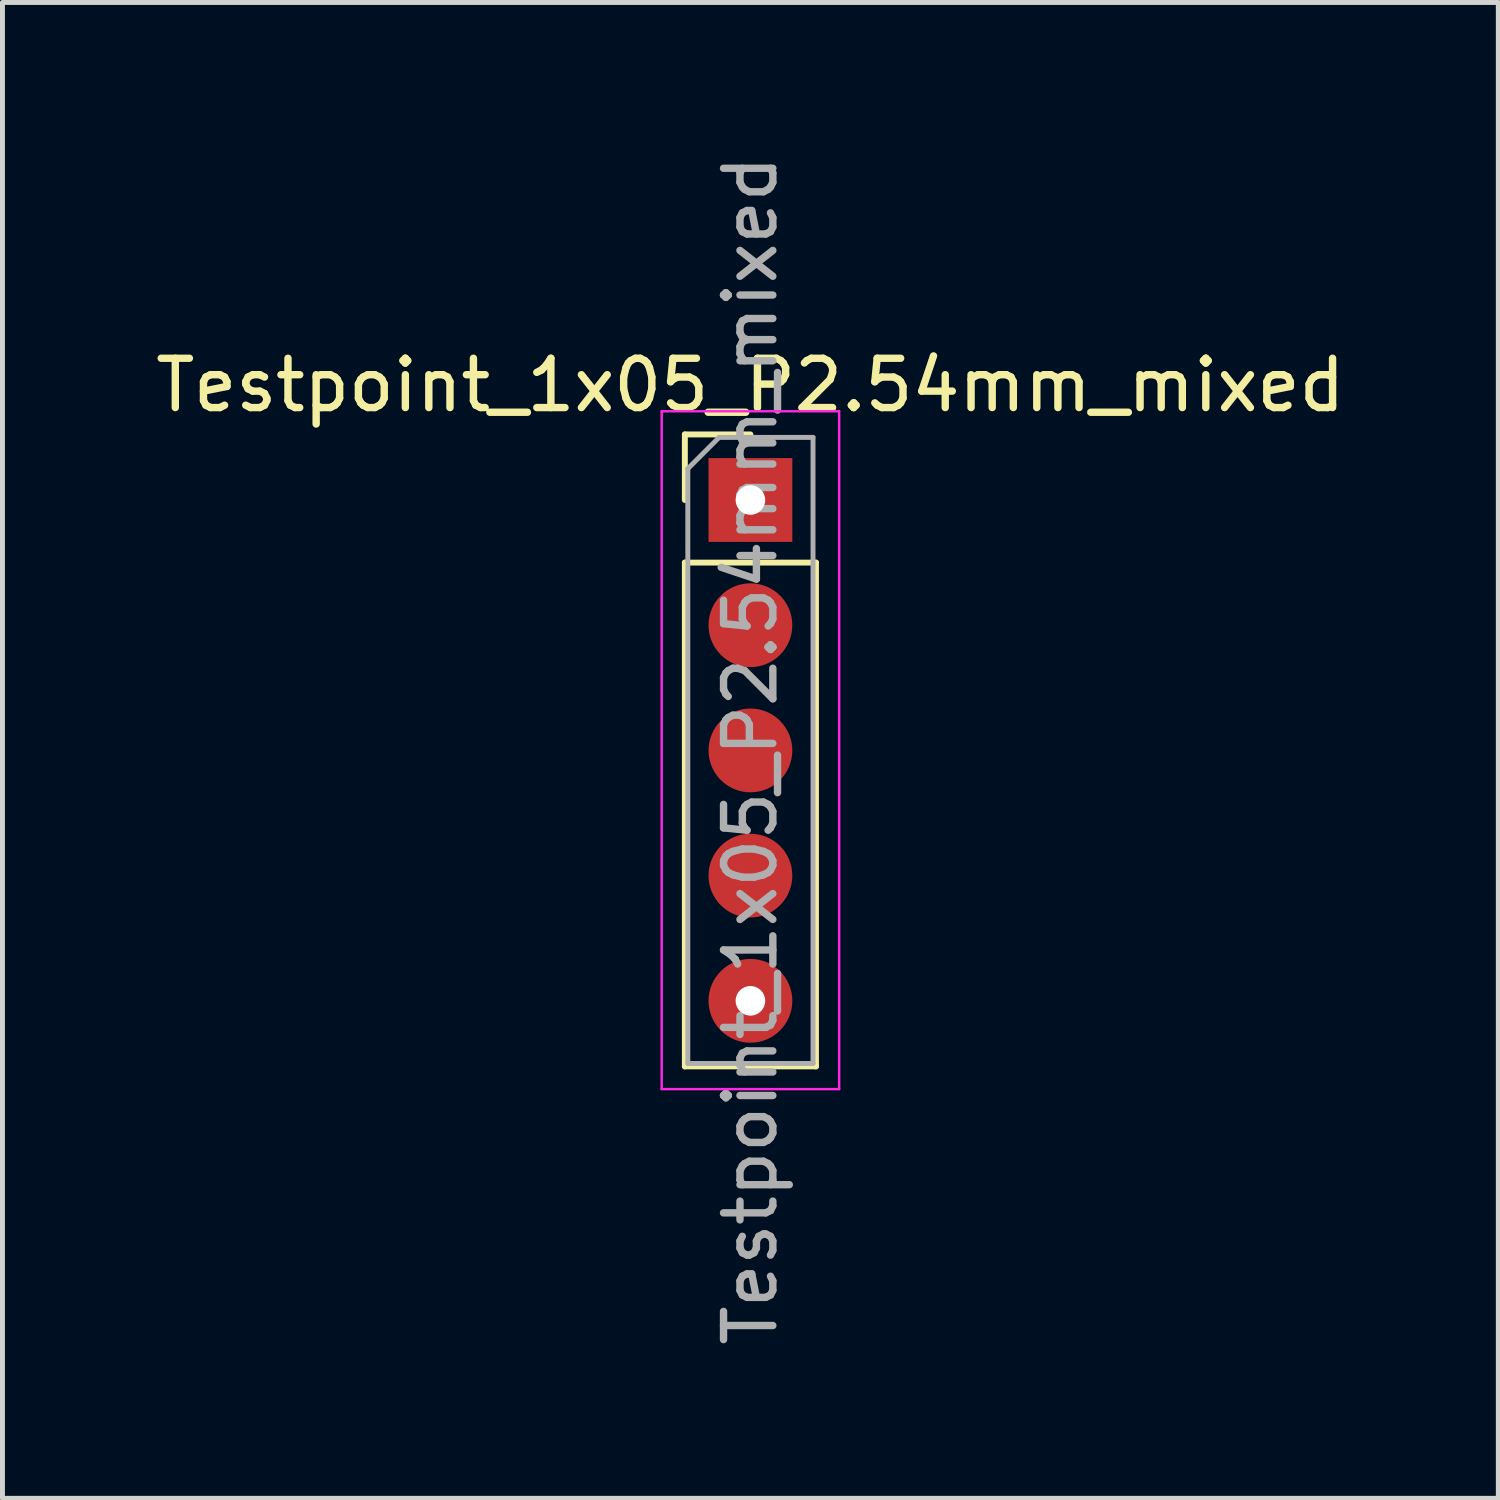
<source format=kicad_pcb>
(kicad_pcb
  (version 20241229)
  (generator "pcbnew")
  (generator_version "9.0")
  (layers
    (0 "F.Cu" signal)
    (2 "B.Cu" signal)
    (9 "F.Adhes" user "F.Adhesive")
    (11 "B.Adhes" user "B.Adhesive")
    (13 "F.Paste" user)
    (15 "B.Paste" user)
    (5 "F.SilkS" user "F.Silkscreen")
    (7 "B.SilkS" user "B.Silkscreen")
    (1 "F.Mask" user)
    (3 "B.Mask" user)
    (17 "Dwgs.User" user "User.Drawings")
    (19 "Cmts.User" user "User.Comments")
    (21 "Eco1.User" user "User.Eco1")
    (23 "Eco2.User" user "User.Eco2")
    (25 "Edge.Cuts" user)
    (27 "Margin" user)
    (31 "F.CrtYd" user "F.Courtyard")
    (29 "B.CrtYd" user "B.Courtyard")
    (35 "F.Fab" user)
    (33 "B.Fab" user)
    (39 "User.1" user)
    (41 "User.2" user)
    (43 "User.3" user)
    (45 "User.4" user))
  (footprint "Testpoint_1x05_P2.54mm_mixed"
    (layer "F.Cu")
    (at 12.173 7.093)
    (property "Reference" "Testpoint_1x05_P2.54mm_mixed" (at 0 -2.33 0) (layer "F.SilkS") (effects (font (size 1 1) (thickness 0.15))))
    (attr through_hole)
    (fp_line (start -1.33 -1.33) (end 0 -1.33) (stroke (width 0.12) (type solid)) (layer "F.SilkS"))
    (fp_line (start -1.33 0) (end -1.33 -1.33) (stroke (width 0.12) (type solid)) (layer "F.SilkS"))
    (fp_line (start -1.33 1.27) (end -1.33 11.49) (stroke (width 0.12) (type solid)) (layer "F.SilkS"))
    (fp_line (start -1.33 1.27) (end 1.33 1.27) (stroke (width 0.12) (type solid)) (layer "F.SilkS"))
    (fp_line (start -1.33 11.49) (end 1.33 11.49) (stroke (width 0.12) (type solid)) (layer "F.SilkS"))
    (fp_line (start 1.33 1.27) (end 1.33 11.49) (stroke (width 0.12) (type solid)) (layer "F.SilkS"))
    (fp_line (start -1.8 -1.8) (end -1.8 11.95) (stroke (width 0.05) (type solid)) (layer "F.CrtYd"))
    (fp_line (start -1.8 11.95) (end 1.8 11.95) (stroke (width 0.05) (type solid)) (layer "F.CrtYd"))
    (fp_line (start 1.8 -1.8) (end -1.8 -1.8) (stroke (width 0.05) (type solid)) (layer "F.CrtYd"))
    (fp_line (start 1.8 11.95) (end 1.8 -1.8) (stroke (width 0.05) (type solid)) (layer "F.CrtYd"))
    (fp_line (start -1.27 -0.635) (end -0.635 -1.27) (stroke (width 0.1) (type solid)) (layer "F.Fab"))
    (fp_line (start -1.27 11.43) (end -1.27 -0.635) (stroke (width 0.1) (type solid)) (layer "F.Fab"))
    (fp_line (start -0.635 -1.27) (end 1.27 -1.27) (stroke (width 0.1) (type solid)) (layer "F.Fab"))
    (fp_line (start 1.27 -1.27) (end 1.27 11.43) (stroke (width 0.1) (type solid)) (layer "F.Fab"))
    (fp_line (start 1.27 11.43) (end -1.27 11.43) (stroke (width 0.1) (type solid)) (layer "F.Fab"))
    (fp_text user "${REFERENCE}" (at 0 5.08 90) (layer "F.Fab") (effects (font (size 1 1) (thickness 0.15))))
    (pad "" np_thru_hole oval (at 0 0) (size 0.6 0.6) (drill 0.6) (layers "*.Cu" "*.Mask"))
    (pad "" np_thru_hole oval (at 0 10.16) (size 0.6 0.6) (drill 0.6) (layers "*.Cu" "*.Mask"))
    (pad "1" smd rect (at 0 0) (size 1.7 1.7) (layers "F.Cu" "F.Mask" "F.Paste"))
    (pad "2" smd oval (at 0 2.54) (size 1.7 1.7) (layers "F.Cu" "F.Mask" "F.Paste"))
    (pad "3" smd oval (at 0 5.08) (size 1.7 1.7) (layers "F.Cu" "F.Mask" "F.Paste"))
    (pad "4" connect oval (at 0 7.62) (size 1.7 1.7) (layers "F.Cu" "F.Mask"))
    (pad "5" smd oval (at 0 10.16) (size 1.7 1.7) (layers "F.Cu" "F.Mask" "F.Paste")))
  (gr_rect
    (start -3 -3)
    (end 27.345 27.345)
    (stroke (width 0.1) (type default))
    (fill no)
    (layer "Edge.Cuts")))
</source>
